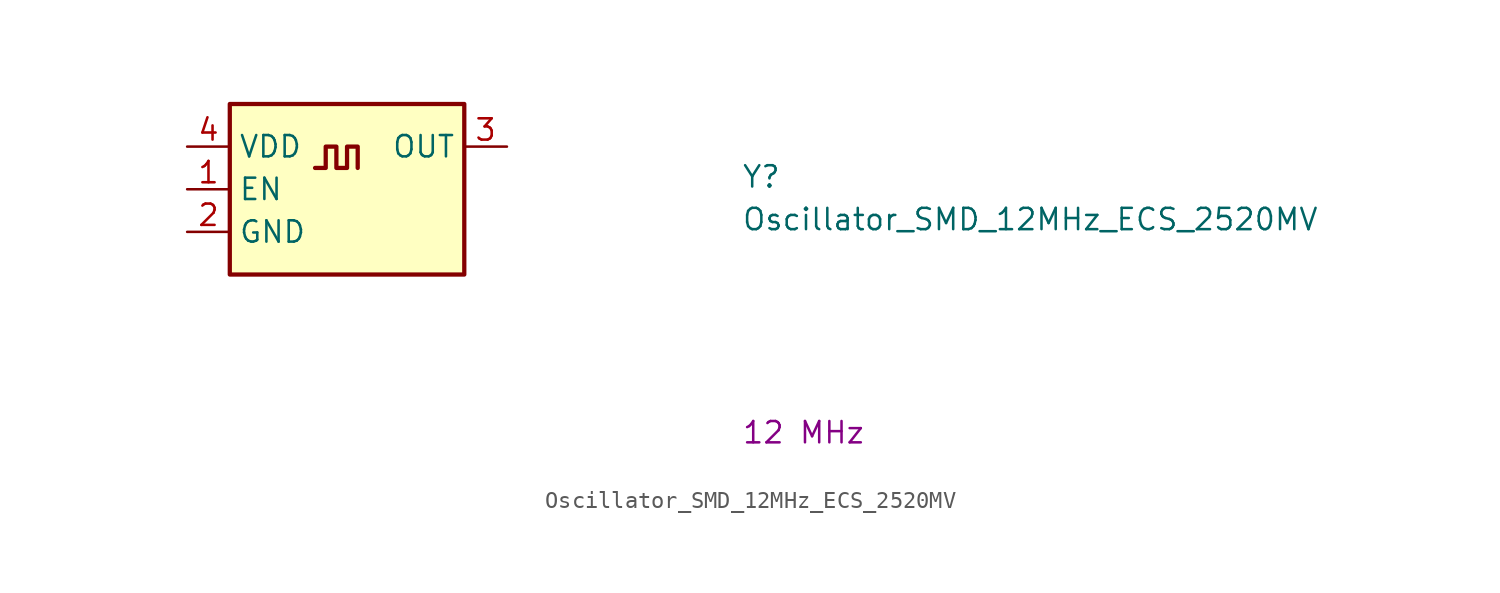
<source format=kicad_sym>
(kicad_symbol_lib
  (version 20211014)
  (generator kicad_symbol_editor)
  (symbol "Oscillator_SMD_12MHz_ECS_2520MV"
    (property "Reference" "Y"
      (at 33.02 -2.54 0)
      (effects (font (size 1.27 1.27) (thickness 0.15)) (justify left bottom)))
    (property "Value" "Oscillator_SMD_12MHz_ECS_2520MV"
      (at 33.02 -5.08 0)
      (effects (font (size 1.27 1.27) (thickness 0.15)) (justify left bottom)))
    (property "VAL" "12 MHz"
      (at 33.02 -17.78 0)
      (effects (font (size 1.27 1.27) (thickness 0.15)) (justify left bottom)))
    (symbol "Oscillator_SMD_12MHz_ECS_2520MV_1_1"
      (polyline (pts (xy 7.62 -1.27) (xy 8.255 -1.27) (xy 8.255 0) (xy 8.89 0) (xy 8.89 -1.27) (xy 9.525 -1.27) (xy 9.525 0) (xy 10.16 0) (xy 10.16 -1.27)) (stroke (width 0.254) (type default) (color 0 0 0 0)) (fill (type background)))
      (rectangle (start 2.54 2.54) (end 16.51 -7.62) (stroke (width 0.254) (type default) (color 0 0 0 0)) (fill (type background)))
      (pin input line (at 0 -2.54 0) (length 2.54) (name "EN" (effects (font (size 1.27 1.27)))) (number "1" (effects (font (size 1.27 1.27)))))
      (pin power_in line (at 0 -5.08 0) (length 2.54) (name "GND" (effects (font (size 1.27 1.27)))) (number "2" (effects (font (size 1.27 1.27)))))
      (pin output line (at 19.05 0 180) (length 2.54) (name "OUT" (effects (font (size 1.27 1.27)))) (number "3" (effects (font (size 1.27 1.27)))))
      (pin power_in line (at 0 0 0) (length 2.54) (name "VDD" (effects (font (size 1.27 1.27)))) (number "4" (effects (font (size 1.27 1.27))))))))
</source>
